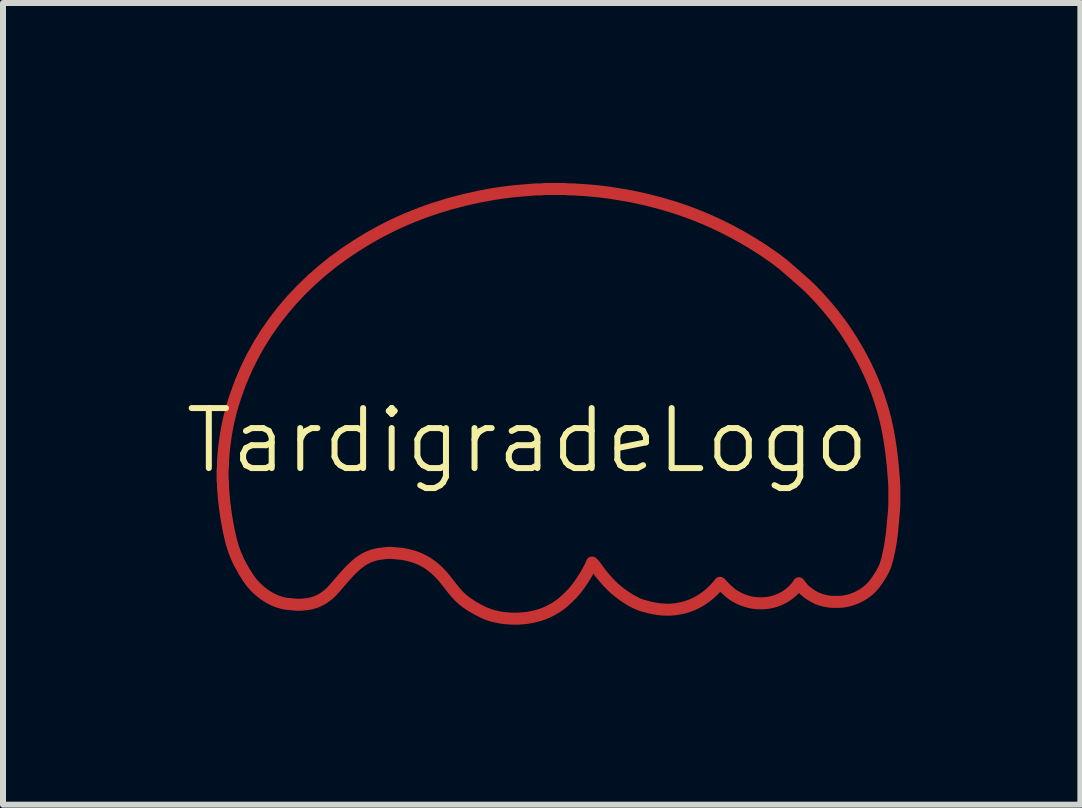
<source format=kicad_pcb>
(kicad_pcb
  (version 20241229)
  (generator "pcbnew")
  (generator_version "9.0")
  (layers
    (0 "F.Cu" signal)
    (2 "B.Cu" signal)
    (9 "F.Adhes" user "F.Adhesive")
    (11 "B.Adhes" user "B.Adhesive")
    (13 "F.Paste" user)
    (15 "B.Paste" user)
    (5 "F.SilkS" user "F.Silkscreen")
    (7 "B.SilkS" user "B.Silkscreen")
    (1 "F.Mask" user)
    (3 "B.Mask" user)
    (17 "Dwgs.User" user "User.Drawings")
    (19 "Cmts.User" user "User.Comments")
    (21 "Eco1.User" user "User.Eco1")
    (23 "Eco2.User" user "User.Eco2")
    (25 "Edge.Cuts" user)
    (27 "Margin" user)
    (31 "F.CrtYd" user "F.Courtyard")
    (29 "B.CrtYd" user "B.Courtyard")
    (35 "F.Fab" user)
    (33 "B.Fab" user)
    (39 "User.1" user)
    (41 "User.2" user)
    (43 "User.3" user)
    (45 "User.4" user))
  (footprint "TardigradeLogo"
    (layer "F.Cu")
    (at 5.74 4.794)
    (property "Reference" "TardigradeLogo" (at 0 -0.5 0) (unlocked yes) (layer "F.SilkS") (effects (font (size 1 1) (thickness 0.1))))
    (attr smd)
    (pad "1" smd custom (at -5.08 0.127) (size 0.2 0.2) (layers "F.Cu" "F.Mask") (options (anchor circle)) (primitives (gr_poly (pts (xy -0.1 -0.05) (xy -0.096 -0.069) (xy -0.085 -0.085) (xy -0.069 -0.096) (xy -0.05 -0.1) (xy 0.05 -0.1) (xy 0.069 -0.096) (xy 0.085 -0.085) (xy 0.096 -0.069) (xy 0.1 -0.05) (xy 0.1 0.05) (xy 0.096 0.069) (xy 0.085 0.085) (xy 0.069 0.096) (xy 0.05 0.1) (xy -0.05 0.1) (xy -0.069 0.096) (xy -0.085 0.085) (xy -0.096 0.069) (xy -0.1 0.05)) (width 0) (fill yes)) (gr_poly (pts (xy 0.049 -0.685) (xy 0.033 -0.567) (xy 0.019 -0.445) (xy 0.007 -0.29) (xy 0.007 -0.208) (xy 0 -0.127) (xy 0 -0.005) (xy 0.007 0.076) (xy 0.007 0.157) (xy 0.013 0.225) (xy 0.018 0.29) (xy 0.024 0.355) (xy 0.031 0.419) (xy 0.039 0.483) (xy 0.047 0.548) (xy 0.057 0.612) (xy 0.067 0.676) (xy 0.078 0.74) (xy 0.098 0.847) (xy 0.119 0.947) (xy 0.142 1.043) (xy 0.154 1.089) (xy 0.168 1.134) (xy 0.183 1.18) (xy 0.199 1.225) (xy 0.216 1.27) (xy 0.236 1.316) (xy 0.256 1.362) (xy 0.279 1.409) (xy 0.305 1.456) (xy 0.332 1.505) (xy 0.352 1.541) (xy 0.373 1.576) (xy 0.395 1.611) (xy 0.417 1.646) (xy 0.44 1.68) (xy 0.452 1.696) (xy 0.464 1.713) (xy 0.476 1.729) (xy 0.489 1.745) (xy 0.502 1.761) (xy 0.516 1.776) (xy 0.543 1.806) (xy 0.571 1.834) (xy 0.601 1.861) (xy 0.631 1.887) (xy 0.662 1.912) (xy 0.694 1.936) (xy 0.726 1.958) (xy 0.76 1.979) (xy 0.794 1.999) (xy 0.83 2.017) (xy 0.866 2.034) (xy 0.902 2.049) (xy 0.94 2.062) (xy 0.978 2.074) (xy 1.017 2.084) (xy 1.057 2.092) (xy 1.118 2.097) (xy 1.233 2.108) (xy 1.262 2.108) (xy 1.291 2.108) (xy 1.32 2.107) (xy 1.348 2.105) (xy 1.376 2.102) (xy 1.403 2.099) (xy 1.43 2.095) (xy 1.457 2.09) (xy 1.484 2.084) (xy 1.51 2.076) (xy 1.536 2.068) (xy 1.562 2.059) (xy 1.588 2.048) (xy 1.614 2.036) (xy 1.64 2.022) (xy 1.666 2.007) (xy 1.689 1.993) (xy 1.709 1.979) (xy 1.729 1.965) (xy 1.748 1.95) (xy 1.766 1.936) (xy 1.782 1.921) (xy 1.799 1.905) (xy 1.815 1.89) (xy 1.83 1.874) (xy 1.845 1.857) (xy 1.875 1.823) (xy 1.939 1.749) (xy 2.018 1.658) (xy 2.06 1.612) (xy 2.102 1.565) (xy 2.146 1.52) (xy 2.168 1.499) (xy 2.191 1.477) (xy 2.213 1.457) (xy 2.236 1.437) (xy 2.259 1.418) (xy 2.283 1.4) (xy 2.314 1.378) (xy 2.344 1.358) (xy 2.374 1.341) (xy 2.404 1.325) (xy 2.434 1.311) (xy 2.464 1.299) (xy 2.494 1.289) (xy 2.524 1.28) (xy 2.555 1.272) (xy 2.586 1.266) (xy 2.617 1.26) (xy 2.65 1.256) (xy 2.718 1.248) (xy 2.791 1.242) (xy 2.994 1.261) (xy 3.041 1.27) (xy 3.087 1.279) (xy 3.131 1.291) (xy 3.174 1.303) (xy 3.217 1.317) (xy 3.258 1.333) (xy 3.298 1.35) (xy 3.337 1.369) (xy 3.375 1.39) (xy 3.413 1.412) (xy 3.449 1.437) (xy 3.485 1.463) (xy 3.521 1.491) (xy 3.555 1.521) (xy 3.59 1.553) (xy 3.623 1.587) (xy 3.648 1.613) (xy 3.672 1.64) (xy 3.695 1.668) (xy 3.718 1.696) (xy 3.808 1.811) (xy 3.853 1.867) (xy 3.876 1.895) (xy 3.9 1.922) (xy 3.924 1.949) (xy 3.949 1.975) (xy 3.976 2) (xy 4.003 2.024) (xy 4.025 2.041) (xy 4.048 2.059) (xy 4.073 2.078) (xy 4.1 2.096) (xy 4.157 2.133) (xy 4.217 2.168) (xy 4.278 2.202) (xy 4.308 2.217) (xy 4.338 2.232) (xy 4.368 2.245) (xy 4.396 2.257) (xy 4.424 2.268) (xy 4.45 2.277) (xy 4.505 2.294) (xy 4.562 2.308) (xy 4.621 2.32) (xy 4.681 2.329) (xy 4.742 2.335) (xy 4.803 2.339) (xy 4.866 2.341) (xy 4.928 2.34) (xy 4.99 2.336) (xy 5.052 2.33) (xy 5.113 2.321) (xy 5.173 2.309) (xy 5.232 2.295) (xy 5.29 2.279) (xy 5.345 2.26) (xy 5.398 2.238) (xy 5.43 2.223) (xy 5.46 2.209) (xy 5.489 2.193) (xy 5.517 2.178) (xy 5.544 2.162) (xy 5.57 2.145) (xy 5.596 2.128) (xy 5.621 2.11) (xy 5.645 2.092) (xy 5.669 2.072) (xy 5.692 2.052) (xy 5.716 2.031) (xy 5.739 2.01) (xy 5.763 1.987) (xy 5.811 1.939) (xy 5.828 1.921) (xy 5.846 1.902) (xy 5.863 1.882) (xy 5.88 1.861) (xy 5.915 1.817) (xy 5.949 1.77) (xy 5.982 1.723) (xy 6.013 1.676) (xy 6.042 1.63) (xy 6.068 1.587) (xy 6.09 1.546) (xy 6.103 1.522) (xy 6.117 1.496) (xy 6.13 1.47) (xy 6.141 1.445) (xy 6.146 1.433) (xy 6.151 1.423) (xy 6.154 1.413) (xy 6.157 1.404) (xy 6.165 1.411) (xy 6.174 1.419) (xy 6.183 1.429) (xy 6.193 1.439) (xy 6.202 1.451) (xy 6.212 1.463) (xy 6.231 1.489) (xy 6.269 1.542) (xy 6.286 1.566) (xy 6.302 1.587) (xy 6.339 1.632) (xy 6.376 1.675) (xy 6.414 1.718) (xy 6.453 1.76) (xy 6.473 1.78) (xy 6.493 1.8) (xy 6.514 1.82) (xy 6.535 1.839) (xy 6.557 1.858) (xy 6.579 1.876) (xy 6.601 1.895) (xy 6.624 1.912) (xy 6.665 1.943) (xy 6.707 1.972) (xy 6.75 2) (xy 6.793 2.027) (xy 6.815 2.039) (xy 6.837 2.052) (xy 6.86 2.063) (xy 6.883 2.075) (xy 6.906 2.086) (xy 6.929 2.096) (xy 6.953 2.106) (xy 6.977 2.115) (xy 7.059 2.138) (xy 7.128 2.156) (xy 7.196 2.17) (xy 7.264 2.181) (xy 7.332 2.188) (xy 7.399 2.191) (xy 7.466 2.19) (xy 7.532 2.185) (xy 7.597 2.175) (xy 7.662 2.162) (xy 7.726 2.145) (xy 7.789 2.124) (xy 7.851 2.098) (xy 7.912 2.068) (xy 7.971 2.034) (xy 8.03 1.995) (xy 8.087 1.952) (xy 8.099 1.943) (xy 8.111 1.932) (xy 8.138 1.908) (xy 8.166 1.881) (xy 8.195 1.853) (xy 8.223 1.823) (xy 8.249 1.794) (xy 8.261 1.78) (xy 8.272 1.767) (xy 8.282 1.754) (xy 8.291 1.742) (xy 8.331 1.785) (xy 8.37 1.825) (xy 8.407 1.861) (xy 8.426 1.878) (xy 8.445 1.895) (xy 8.464 1.911) (xy 8.484 1.927) (xy 8.505 1.942) (xy 8.527 1.956) (xy 8.55 1.97) (xy 8.575 1.984) (xy 8.601 1.998) (xy 8.629 2.011) (xy 8.681 2.033) (xy 8.735 2.051) (xy 8.789 2.065) (xy 8.844 2.076) (xy 8.899 2.082) (xy 8.954 2.085) (xy 9.01 2.084) (xy 9.065 2.08) (xy 9.12 2.071) (xy 9.174 2.059) (xy 9.227 2.043) (xy 9.279 2.023) (xy 9.329 1.999) (xy 9.378 1.972) (xy 9.425 1.94) (xy 9.469 1.905) (xy 9.489 1.888) (xy 9.508 1.87) (xy 9.517 1.861) (xy 9.526 1.852) (xy 9.535 1.843) (xy 9.544 1.833) (xy 9.553 1.824) (xy 9.561 1.814) (xy 9.569 1.803) (xy 9.577 1.793) (xy 9.585 1.782) (xy 9.592 1.772) (xy 9.598 1.761) (xy 9.605 1.749) (xy 9.673 1.837) (xy 9.686 1.85) (xy 9.699 1.863) (xy 9.714 1.876) (xy 9.728 1.889) (xy 9.744 1.901) (xy 9.76 1.913) (xy 9.776 1.925) (xy 9.793 1.937) (xy 9.81 1.948) (xy 9.827 1.958) (xy 9.844 1.968) (xy 9.861 1.978) (xy 9.879 1.987) (xy 9.896 1.995) (xy 9.913 2.003) (xy 9.93 2.01) (xy 9.943 2.015) (xy 9.956 2.02) (xy 9.986 2.029) (xy 10.017 2.038) (xy 10.05 2.045) (xy 10.083 2.051) (xy 10.115 2.056) (xy 10.13 2.058) (xy 10.145 2.059) (xy 10.16 2.06) (xy 10.174 2.061) (xy 10.262 2.061) (xy 10.303 2.059) (xy 10.344 2.055) (xy 10.386 2.048) (xy 10.428 2.039) (xy 10.47 2.027) (xy 10.511 2.013) (xy 10.552 1.997) (xy 10.592 1.979) (xy 10.631 1.959) (xy 10.669 1.937) (xy 10.705 1.913) (xy 10.74 1.887) (xy 10.773 1.86) (xy 10.805 1.831) (xy 10.833 1.801) (xy 10.86 1.77) (xy 10.883 1.74) (xy 10.906 1.707) (xy 10.93 1.672) (xy 10.953 1.635) (xy 10.976 1.598) (xy 10.997 1.561) (xy 11.015 1.526) (xy 11.023 1.508) (xy 11.031 1.492) (xy 11.043 1.463) (xy 11.054 1.431) (xy 11.064 1.397) (xy 11.075 1.361) (xy 11.093 1.285) (xy 11.11 1.206) (xy 11.125 1.127) (xy 11.138 1.049) (xy 11.148 0.975) (xy 11.157 0.909) (xy 11.19 0.544) (xy 11.196 0.442) (xy 11.196 0.144) (xy 11.19 0.036) (xy 11.17 -0.208) (xy 11.15 -0.394) (xy 11.138 -0.487) (xy 11.125 -0.579) (xy 11.11 -0.672) (xy 11.094 -0.763) (xy 11.075 -0.855) (xy 11.055 -0.947) (xy 11.029 -1.05) (xy 11.001 -1.153) (xy 10.97 -1.254) (xy 10.937 -1.354) (xy 10.902 -1.453) (xy 10.864 -1.551) (xy 10.824 -1.648) (xy 10.782 -1.744) (xy 10.738 -1.838) (xy 10.692 -1.932) (xy 10.643 -2.025) (xy 10.592 -2.117) (xy 10.539 -2.208) (xy 10.484 -2.299) (xy 10.427 -2.388) (xy 10.368 -2.477) (xy 10.301 -2.572) (xy 10.228 -2.669) (xy 10.152 -2.766) (xy 10.072 -2.862) (xy 9.99 -2.956) (xy 9.906 -3.047) (xy 9.823 -3.134) (xy 9.74 -3.215) (xy 9.462 -3.46) (xy 9.34 -3.565) (xy 9.239 -3.642) (xy 9.135 -3.717) (xy 9.03 -3.789) (xy 8.922 -3.859) (xy 8.814 -3.926) (xy 8.704 -3.991) (xy 8.593 -4.054) (xy 8.48 -4.115) (xy 8.366 -4.174) (xy 8.251 -4.229) (xy 8.136 -4.283) (xy 8.019 -4.333) (xy 7.902 -4.381) (xy 7.784 -4.426) (xy 7.665 -4.469) (xy 7.545 -4.509) (xy 7.303 -4.582) (xy 7.057 -4.645) (xy 6.808 -4.699) (xy 6.557 -4.742) (xy 6.479 -4.754) (xy 6.401 -4.765) (xy 6.324 -4.775) (xy 6.246 -4.784) (xy 6.168 -4.791) (xy 6.09 -4.798) (xy 6.012 -4.804) (xy 5.933 -4.808) (xy 5.859 -4.814) (xy 5.778 -4.814) (xy 5.696 -4.821) (xy 5.378 -4.821) (xy 5.297 -4.814) (xy 5.215 -4.814) (xy 5.148 -4.808) (xy 4.986 -4.795) (xy 4.906 -4.788) (xy 4.825 -4.78) (xy 4.745 -4.77) (xy 4.665 -4.76) (xy 4.585 -4.748) (xy 4.504 -4.736) (xy 4.262 -4.691) (xy 4.023 -4.637) (xy 3.786 -4.575) (xy 3.552 -4.503) (xy 3.436 -4.464) (xy 3.32 -4.422) (xy 3.206 -4.378) (xy 3.093 -4.332) (xy 2.98 -4.283) (xy 2.869 -4.232) (xy 2.758 -4.178) (xy 2.648 -4.122) (xy 2.439 -4.006) (xy 2.236 -3.882) (xy 2.039 -3.751) (xy 1.848 -3.612) (xy 1.665 -3.465) (xy 1.489 -3.311) (xy 1.321 -3.149) (xy 1.16 -2.98) (xy 1.009 -2.803) (xy 0.866 -2.62) (xy 0.732 -2.428) (xy 0.608 -2.23) (xy 0.494 -2.025) (xy 0.39 -1.812) (xy 0.297 -1.593) (xy 0.215 -1.367) (xy 0.177 -1.25) (xy 0.144 -1.136) (xy 0.115 -1.023) (xy 0.09 -0.912) (xy 0.068 -0.799)) (width 0.2) (fill no)))))
  (gr_rect
    (start -3 -3)
    (end 14.957 10.362)
    (stroke (width 0.1) (type default))
    (fill no)
    (layer "Edge.Cuts")))
</source>
